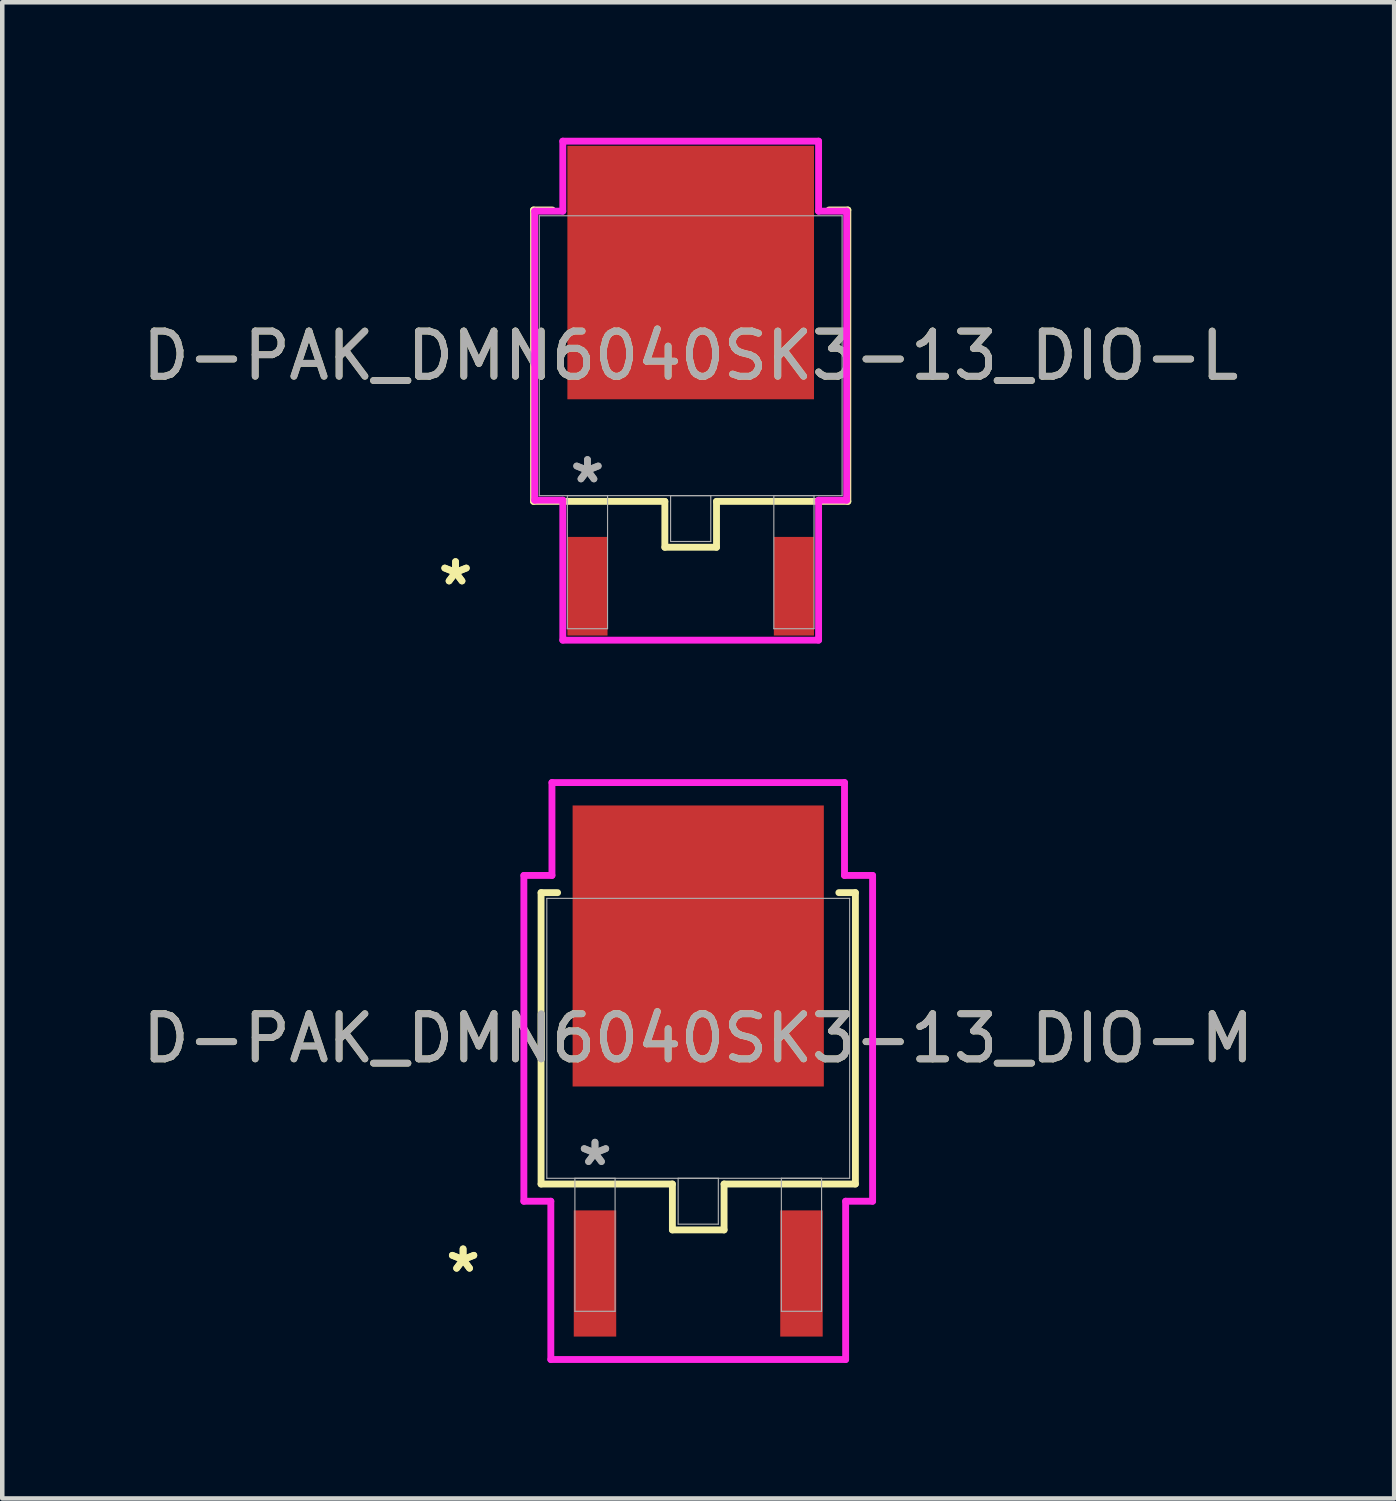
<source format=kicad_pcb>
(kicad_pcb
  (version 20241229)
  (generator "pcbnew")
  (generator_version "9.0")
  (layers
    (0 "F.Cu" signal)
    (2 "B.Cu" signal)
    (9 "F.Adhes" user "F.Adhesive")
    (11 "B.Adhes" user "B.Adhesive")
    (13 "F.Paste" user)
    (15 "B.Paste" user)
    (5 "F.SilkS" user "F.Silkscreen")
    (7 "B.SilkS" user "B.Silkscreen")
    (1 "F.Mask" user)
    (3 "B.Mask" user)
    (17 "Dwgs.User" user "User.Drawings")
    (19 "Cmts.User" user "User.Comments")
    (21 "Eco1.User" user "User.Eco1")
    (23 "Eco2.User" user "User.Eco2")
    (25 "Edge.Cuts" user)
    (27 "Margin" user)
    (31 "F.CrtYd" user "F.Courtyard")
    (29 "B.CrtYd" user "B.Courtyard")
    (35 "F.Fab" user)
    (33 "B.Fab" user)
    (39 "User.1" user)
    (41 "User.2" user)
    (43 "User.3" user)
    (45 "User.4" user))
  (footprint "D-PAK_DMN6040SK3-13_DIO-M"
    (layer "F.Cu")
    (at 12.411 19.942)
    (property "Reference" "D-PAK_DMN6040SK3-13_DIO-M" (at 0 0 0) (unlocked yes) (layer "F.SilkS") (effects (font (size 1 1) (thickness 0.15))))
    (attr smd)
    (fp_line (start -3.48 -3.226) (end -3.48 3.226) (stroke (width 0.152) (type solid)) (layer "F.SilkS"))
    (fp_line (start -3.48 3.226) (end -0.572 3.226) (stroke (width 0.152) (type solid)) (layer "F.SilkS"))
    (fp_line (start -3.114 -3.226) (end -3.48 -3.226) (stroke (width 0.152) (type solid)) (layer "F.SilkS"))
    (fp_line (start -0.572 3.226) (end -0.572 4.242) (stroke (width 0.152) (type solid)) (layer "F.SilkS"))
    (fp_line (start -0.572 4.242) (end 0.572 4.242) (stroke (width 0.152) (type solid)) (layer "F.SilkS"))
    (fp_line (start 0.572 3.226) (end 3.48 3.226) (stroke (width 0.152) (type solid)) (layer "F.SilkS"))
    (fp_line (start 0.572 4.242) (end 0.572 3.226) (stroke (width 0.152) (type solid)) (layer "F.SilkS"))
    (fp_line (start 3.48 -3.226) (end 3.114 -3.226) (stroke (width 0.152) (type solid)) (layer "F.SilkS"))
    (fp_line (start 3.48 3.226) (end 3.48 -3.226) (stroke (width 0.152) (type solid)) (layer "F.SilkS"))
    (fp_line (start -3.861 -3.607) (end -3.239 -3.607) (stroke (width 0.152) (type solid)) (layer "F.CrtYd"))
    (fp_line (start -3.861 3.607) (end -3.861 -3.607) (stroke (width 0.152) (type solid)) (layer "F.CrtYd"))
    (fp_line (start -3.264 3.607) (end -3.861 3.607) (stroke (width 0.152) (type solid)) (layer "F.CrtYd"))
    (fp_line (start -3.264 7.112) (end -3.264 3.607) (stroke (width 0.152) (type solid)) (layer "F.CrtYd"))
    (fp_line (start -3.239 -5.664) (end 3.239 -5.664) (stroke (width 0.152) (type solid)) (layer "F.CrtYd"))
    (fp_line (start -3.239 -3.607) (end -3.239 -5.664) (stroke (width 0.152) (type solid)) (layer "F.CrtYd"))
    (fp_line (start 3.239 -5.664) (end 3.239 -3.607) (stroke (width 0.152) (type solid)) (layer "F.CrtYd"))
    (fp_line (start 3.239 -3.607) (end 3.861 -3.607) (stroke (width 0.152) (type solid)) (layer "F.CrtYd"))
    (fp_line (start 3.264 3.607) (end 3.264 7.112) (stroke (width 0.152) (type solid)) (layer "F.CrtYd"))
    (fp_line (start 3.264 7.112) (end -3.264 7.112) (stroke (width 0.152) (type solid)) (layer "F.CrtYd"))
    (fp_line (start 3.861 -3.607) (end 3.861 3.607) (stroke (width 0.152) (type solid)) (layer "F.CrtYd"))
    (fp_line (start 3.861 3.607) (end 3.264 3.607) (stroke (width 0.152) (type solid)) (layer "F.CrtYd"))
    (fp_line (start -3.353 -3.099) (end -3.353 3.099) (stroke (width 0.025) (type solid)) (layer "F.Fab"))
    (fp_line (start -3.353 3.099) (end 3.353 3.099) (stroke (width 0.025) (type solid)) (layer "F.Fab"))
    (fp_line (start -2.731 3.099) (end -2.731 6.045) (stroke (width 0.025) (type solid)) (layer "F.Fab"))
    (fp_line (start -2.731 6.045) (end -1.841 6.045) (stroke (width 0.025) (type solid)) (layer "F.Fab"))
    (fp_line (start -1.841 3.099) (end -2.731 3.099) (stroke (width 0.025) (type solid)) (layer "F.Fab"))
    (fp_line (start -1.841 6.045) (end -1.841 3.099) (stroke (width 0.025) (type solid)) (layer "F.Fab"))
    (fp_line (start -0.445 3.099) (end -0.445 4.115) (stroke (width 0.025) (type solid)) (layer "F.Fab"))
    (fp_line (start -0.445 4.115) (end 0.445 4.115) (stroke (width 0.025) (type solid)) (layer "F.Fab"))
    (fp_line (start 0.445 3.099) (end -0.445 3.099) (stroke (width 0.025) (type solid)) (layer "F.Fab"))
    (fp_line (start 0.445 4.115) (end 0.445 3.099) (stroke (width 0.025) (type solid)) (layer "F.Fab"))
    (fp_line (start 1.841 3.099) (end 1.841 6.045) (stroke (width 0.025) (type solid)) (layer "F.Fab"))
    (fp_line (start 1.841 6.045) (end 2.731 6.045) (stroke (width 0.025) (type solid)) (layer "F.Fab"))
    (fp_line (start 2.731 3.099) (end 1.841 3.099) (stroke (width 0.025) (type solid)) (layer "F.Fab"))
    (fp_line (start 2.731 6.045) (end 2.731 3.099) (stroke (width 0.025) (type solid)) (layer "F.Fab"))
    (fp_line (start 3.353 -3.099) (end -3.353 -3.099) (stroke (width 0.025) (type solid)) (layer "F.Fab"))
    (fp_line (start 3.353 3.099) (end 3.353 -3.099) (stroke (width 0.025) (type solid)) (layer "F.Fab"))
    (fp_text user "*" (at -5.207 5.207 0) (layer "F.SilkS") (effects (font (size 1 1) (thickness 0.15))))
    (fp_text user "*" (at -5.207 5.207 0) (unlocked yes) (layer "F.SilkS") (effects (font (size 1 1) (thickness 0.15))))
    (fp_text user "*" (at -2.286 2.845 0) (layer "F.Fab") (effects (font (size 1 1) (thickness 0.15))))
    (fp_text user "${REFERENCE}" (at 0 0 0) (unlocked yes) (layer "F.Fab") (effects (font (size 1 1) (thickness 0.15))))
    (fp_text user "*" (at -2.286 2.845 0) (unlocked yes) (layer "F.Fab") (effects (font (size 1 1) (thickness 0.15))))
    (pad "1" smd rect (at -2.286 5.207) (size 0.94 2.794) (layers "F.Cu" "F.Mask" "F.Paste"))
    (pad "2" smd rect (at 2.286 5.207) (size 0.94 2.794) (layers "F.Cu" "F.Mask" "F.Paste"))
    (pad "3" smd rect (at 0 -2.045) (size 5.563 6.223) (layers "F.Cu" "F.Mask" "F.Paste")))
  (footprint "D-PAK_DMN6040SK3-13_DIO-L"
    (layer "F.Cu")
    (at 12.244 4.826)
    (property "Reference" "D-PAK_DMN6040SK3-13_DIO-L" (at 0 0 0) (unlocked yes) (layer "F.SilkS") (effects (font (size 1 1) (thickness 0.15))))
    (attr smd)
    (fp_line (start -3.48 -3.226) (end -3.48 3.226) (stroke (width 0.152) (type solid)) (layer "F.SilkS"))
    (fp_line (start -3.48 3.226) (end -0.572 3.226) (stroke (width 0.152) (type solid)) (layer "F.SilkS"))
    (fp_line (start -3.063 -3.226) (end -3.48 -3.226) (stroke (width 0.152) (type solid)) (layer "F.SilkS"))
    (fp_line (start -0.572 3.226) (end -0.572 4.242) (stroke (width 0.152) (type solid)) (layer "F.SilkS"))
    (fp_line (start -0.572 4.242) (end 0.572 4.242) (stroke (width 0.152) (type solid)) (layer "F.SilkS"))
    (fp_line (start 0.572 3.226) (end 3.48 3.226) (stroke (width 0.152) (type solid)) (layer "F.SilkS"))
    (fp_line (start 0.572 4.242) (end 0.572 3.226) (stroke (width 0.152) (type solid)) (layer "F.SilkS"))
    (fp_line (start 3.48 -3.226) (end 3.063 -3.226) (stroke (width 0.152) (type solid)) (layer "F.SilkS"))
    (fp_line (start 3.48 3.226) (end 3.48 -3.226) (stroke (width 0.152) (type solid)) (layer "F.SilkS"))
    (fp_line (start -3.454 -3.2) (end -2.832 -3.2) (stroke (width 0.152) (type solid)) (layer "F.CrtYd"))
    (fp_line (start -3.454 3.2) (end -3.454 -3.2) (stroke (width 0.152) (type solid)) (layer "F.CrtYd"))
    (fp_line (start -2.832 -4.75) (end 2.832 -4.75) (stroke (width 0.152) (type solid)) (layer "F.CrtYd"))
    (fp_line (start -2.832 -3.2) (end -2.832 -4.75) (stroke (width 0.152) (type solid)) (layer "F.CrtYd"))
    (fp_line (start -2.832 3.2) (end -3.454 3.2) (stroke (width 0.152) (type solid)) (layer "F.CrtYd"))
    (fp_line (start -2.832 6.299) (end -2.832 3.2) (stroke (width 0.152) (type solid)) (layer "F.CrtYd"))
    (fp_line (start 2.832 -4.75) (end 2.832 -3.2) (stroke (width 0.152) (type solid)) (layer "F.CrtYd"))
    (fp_line (start 2.832 -3.2) (end 3.454 -3.2) (stroke (width 0.152) (type solid)) (layer "F.CrtYd"))
    (fp_line (start 2.832 3.2) (end 2.832 6.299) (stroke (width 0.152) (type solid)) (layer "F.CrtYd"))
    (fp_line (start 2.832 6.299) (end -2.832 6.299) (stroke (width 0.152) (type solid)) (layer "F.CrtYd"))
    (fp_line (start 3.454 -3.2) (end 3.454 3.2) (stroke (width 0.152) (type solid)) (layer "F.CrtYd"))
    (fp_line (start 3.454 3.2) (end 2.832 3.2) (stroke (width 0.152) (type solid)) (layer "F.CrtYd"))
    (fp_line (start -3.353 -3.099) (end -3.353 3.099) (stroke (width 0.025) (type solid)) (layer "F.Fab"))
    (fp_line (start -3.353 3.099) (end 3.353 3.099) (stroke (width 0.025) (type solid)) (layer "F.Fab"))
    (fp_line (start -2.731 3.099) (end -2.731 6.045) (stroke (width 0.025) (type solid)) (layer "F.Fab"))
    (fp_line (start -2.731 6.045) (end -1.841 6.045) (stroke (width 0.025) (type solid)) (layer "F.Fab"))
    (fp_line (start -1.841 3.099) (end -2.731 3.099) (stroke (width 0.025) (type solid)) (layer "F.Fab"))
    (fp_line (start -1.841 6.045) (end -1.841 3.099) (stroke (width 0.025) (type solid)) (layer "F.Fab"))
    (fp_line (start -0.445 3.099) (end -0.445 4.115) (stroke (width 0.025) (type solid)) (layer "F.Fab"))
    (fp_line (start -0.445 4.115) (end 0.445 4.115) (stroke (width 0.025) (type solid)) (layer "F.Fab"))
    (fp_line (start 0.445 3.099) (end -0.445 3.099) (stroke (width 0.025) (type solid)) (layer "F.Fab"))
    (fp_line (start 0.445 4.115) (end 0.445 3.099) (stroke (width 0.025) (type solid)) (layer "F.Fab"))
    (fp_line (start 1.841 3.099) (end 1.841 6.045) (stroke (width 0.025) (type solid)) (layer "F.Fab"))
    (fp_line (start 1.841 6.045) (end 2.731 6.045) (stroke (width 0.025) (type solid)) (layer "F.Fab"))
    (fp_line (start 2.731 3.099) (end 1.841 3.099) (stroke (width 0.025) (type solid)) (layer "F.Fab"))
    (fp_line (start 2.731 6.045) (end 2.731 3.099) (stroke (width 0.025) (type solid)) (layer "F.Fab"))
    (fp_line (start 3.353 -3.099) (end -3.353 -3.099) (stroke (width 0.025) (type solid)) (layer "F.Fab"))
    (fp_line (start 3.353 3.099) (end 3.353 -3.099) (stroke (width 0.025) (type solid)) (layer "F.Fab"))
    (fp_text user "*" (at -5.207 5.105 0) (layer "F.SilkS") (effects (font (size 1 1) (thickness 0.15))))
    (fp_text user "*" (at -5.207 5.105 0) (unlocked yes) (layer "F.SilkS") (effects (font (size 1 1) (thickness 0.15))))
    (fp_text user "*" (at -2.286 2.845 0) (unlocked yes) (layer "F.Fab") (effects (font (size 1 1) (thickness 0.15))))
    (fp_text user "${REFERENCE}" (at 0 0 0) (unlocked yes) (layer "F.Fab") (effects (font (size 1 1) (thickness 0.15))))
    (fp_text user "*" (at -2.286 2.845 0) (layer "F.Fab") (effects (font (size 1 1) (thickness 0.15))))
    (pad "1" smd rect (at -2.286 5.105) (size 0.889 2.184) (layers "F.Cu" "F.Mask" "F.Paste"))
    (pad "2" smd rect (at 2.286 5.105) (size 0.889 2.184) (layers "F.Cu" "F.Mask" "F.Paste"))
    (pad "3" smd rect (at 0 -1.841) (size 5.461 5.613) (layers "F.Cu" "F.Mask" "F.Paste")))
  (gr_rect
    (start -3 -3)
    (end 27.821 30.13)
    (stroke (width 0.1) (type default))
    (fill no)
    (layer "Edge.Cuts")))
</source>
